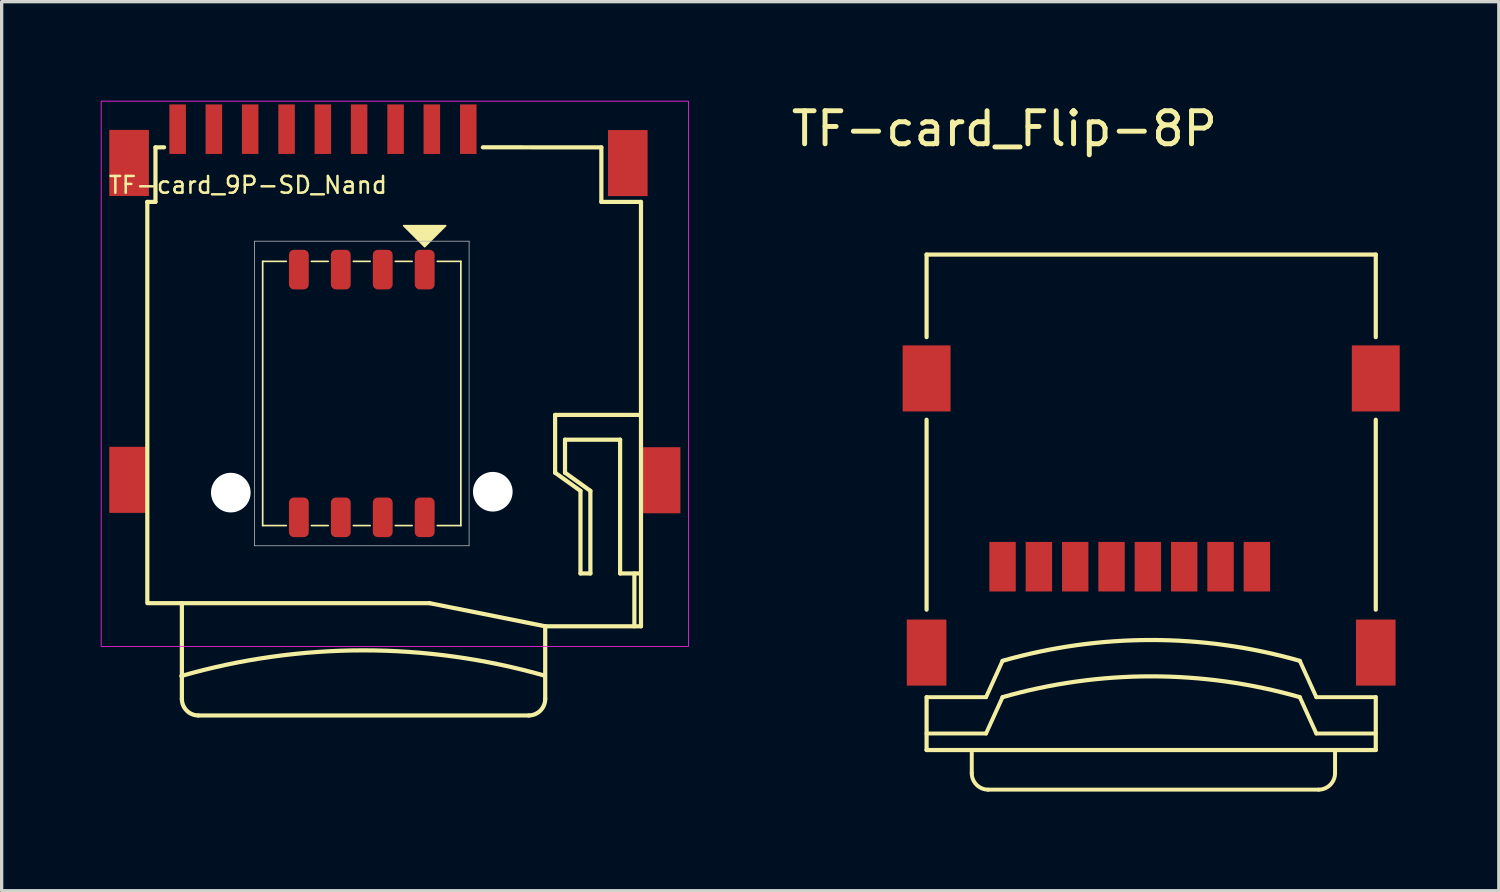
<source format=kicad_pcb>
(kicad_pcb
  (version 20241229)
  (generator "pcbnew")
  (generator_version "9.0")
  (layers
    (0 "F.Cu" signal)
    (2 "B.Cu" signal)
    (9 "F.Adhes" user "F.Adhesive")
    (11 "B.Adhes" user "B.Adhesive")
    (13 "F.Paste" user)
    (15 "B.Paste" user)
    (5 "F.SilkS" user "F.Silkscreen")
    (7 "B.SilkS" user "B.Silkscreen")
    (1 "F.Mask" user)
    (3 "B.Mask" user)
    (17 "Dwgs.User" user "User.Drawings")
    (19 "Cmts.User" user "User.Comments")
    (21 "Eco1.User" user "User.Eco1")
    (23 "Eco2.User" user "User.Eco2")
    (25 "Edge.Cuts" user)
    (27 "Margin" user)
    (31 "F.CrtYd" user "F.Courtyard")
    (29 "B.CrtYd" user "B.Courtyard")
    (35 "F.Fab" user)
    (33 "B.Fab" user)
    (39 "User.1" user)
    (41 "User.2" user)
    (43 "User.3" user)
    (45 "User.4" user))
  (footprint "TF-card_9P-SD_Nand"
    (layer "F.Cu")
    (at 8.903 6.363)
    (property "Reference" "TF-card_9P-SD_Nand" (at -4.445 -3.81 0) (layer "F.SilkS") (effects (font (size 0.508 0.508) (thickness 0.076))))
    (attr through_hole)
    (fp_line (start -7.493 8.849) (end -7.493 -3.3) (stroke (width 0.127) (type solid)) (layer "F.SilkS"))
    (fp_line (start -7.246 -4.951) (end -7.246 -3.3) (stroke (width 0.127) (type solid)) (layer "F.SilkS"))
    (fp_line (start -7.246 -3.3) (end -7.493 -3.3) (stroke (width 0.127) (type default)) (layer "F.SilkS"))
    (fp_line (start -6.985 -4.953) (end -7.246 -4.951) (stroke (width 0.127) (type solid)) (layer "F.SilkS"))
    (fp_line (start -6.446 8.849) (end -6.446 11.749) (stroke (width 0.127) (type solid)) (layer "F.SilkS"))
    (fp_line (start -4 6.5) (end -4 -1.5) (stroke (width 0.051) (type solid)) (layer "F.SilkS"))
    (fp_line (start -3.286 -1.5) (end -4 -1.5) (stroke (width 0.051) (type solid)) (layer "F.SilkS"))
    (fp_line (start -3.286 6.5) (end -4 6.5) (stroke (width 0.051) (type solid)) (layer "F.SilkS"))
    (fp_line (start -2.524 -1.5) (end -2.016 -1.5) (stroke (width 0.051) (type solid)) (layer "F.SilkS"))
    (fp_line (start -2.524 6.5) (end -2.016 6.5) (stroke (width 0.051) (type solid)) (layer "F.SilkS"))
    (fp_line (start -1.254 -1.5) (end -0.746 -1.5) (stroke (width 0.051) (type solid)) (layer "F.SilkS"))
    (fp_line (start -1.254 6.5) (end -0.746 6.5) (stroke (width 0.051) (type solid)) (layer "F.SilkS"))
    (fp_line (start 0.016 -1.5) (end 0.524 -1.5) (stroke (width 0.051) (type solid)) (layer "F.SilkS"))
    (fp_line (start 0.016 6.5) (end 0.524 6.5) (stroke (width 0.051) (type solid)) (layer "F.SilkS"))
    (fp_line (start 1.054 8.849) (end -7.446 8.849) (stroke (width 0.127) (type solid)) (layer "F.SilkS"))
    (fp_line (start 2 -1.5) (end 1.286 -1.5) (stroke (width 0.051) (type solid)) (layer "F.SilkS"))
    (fp_line (start 2 6.5) (end 1.286 6.5) (stroke (width 0.051) (type solid)) (layer "F.SilkS"))
    (fp_line (start 2 6.5) (end 2 -1.5) (stroke (width 0.051) (type solid)) (layer "F.SilkS"))
    (fp_line (start 4.054 12.249) (end -5.946 12.249) (stroke (width 0.127) (type solid)) (layer "F.SilkS"))
    (fp_line (start 4.554 9.549) (end 1.054 8.849) (stroke (width 0.127) (type solid)) (layer "F.SilkS"))
    (fp_line (start 4.554 9.549) (end 4.554 11.749) (stroke (width 0.127) (type solid)) (layer "F.SilkS"))
    (fp_line (start 4.854 3.149) (end 7.448 3.149) (stroke (width 0.127) (type solid)) (layer "F.SilkS"))
    (fp_line (start 4.854 4.899) (end 4.854 3.149) (stroke (width 0.127) (type solid)) (layer "F.SilkS"))
    (fp_line (start 5.154 3.899) (end 5.154 4.899) (stroke (width 0.127) (type solid)) (layer "F.SilkS"))
    (fp_line (start 5.154 4.899) (end 5.922 5.449) (stroke (width 0.127) (type solid)) (layer "F.SilkS"))
    (fp_line (start 5.622 5.449) (end 4.854 4.899) (stroke (width 0.127) (type solid)) (layer "F.SilkS"))
    (fp_line (start 5.622 7.949) (end 5.622 5.449) (stroke (width 0.127) (type solid)) (layer "F.SilkS"))
    (fp_line (start 5.922 5.449) (end 5.922 7.949) (stroke (width 0.127) (type solid)) (layer "F.SilkS"))
    (fp_line (start 5.922 7.949) (end 5.622 7.949) (stroke (width 0.127) (type solid)) (layer "F.SilkS"))
    (fp_line (start 6.254 -4.951) (end 2.667 -4.953) (stroke (width 0.127) (type solid)) (layer "F.SilkS"))
    (fp_line (start 6.254 -4.951) (end 6.254 -3.3) (stroke (width 0.127) (type solid)) (layer "F.SilkS"))
    (fp_line (start 6.254 -3.3) (end 7.454 -3.3) (stroke (width 0.127) (type solid)) (layer "F.SilkS"))
    (fp_line (start 6.822 3.899) (end 5.154 3.899) (stroke (width 0.127) (type solid)) (layer "F.SilkS"))
    (fp_line (start 6.822 7.949) (end 6.822 3.899) (stroke (width 0.127) (type solid)) (layer "F.SilkS"))
    (fp_line (start 7.254 7.949) (end 7.254 9.549) (stroke (width 0.127) (type solid)) (layer "F.SilkS"))
    (fp_line (start 7.448 7.949) (end 6.822 7.949) (stroke (width 0.127) (type solid)) (layer "F.SilkS"))
    (fp_line (start 7.454 -3.3) (end 7.454 9.549) (stroke (width 0.127) (type solid)) (layer "F.SilkS"))
    (fp_line (start 7.454 9.549) (end 4.554 9.549) (stroke (width 0.127) (type solid)) (layer "F.SilkS"))
    (fp_arc (start -6.462827 11.053343) (mid -0.963513 10.278016) (end 4.537146 11.04374) (stroke (width 0.127) (type solid)) (layer "F.SilkS"))
    (fp_arc (start -5.946013 12.24854) (mid -6.299566 12.102094) (end -6.446012 11.748541) (stroke (width 0.127) (type solid)) (layer "F.SilkS"))
    (fp_arc (start 4.553966 11.748541) (mid 4.407522 12.102095) (end 4.053967 12.24854) (stroke (width 0.127) (type solid)) (layer "F.SilkS"))
    (fp_poly (pts (xy 0.905 -1.945) (xy 0.27 -2.58) (xy 1.54 -2.58)) (stroke (width 0.051) (type solid)) (fill yes) (layer "F.SilkS"))
    (fp_rect (start -8.89 -6.35) (end 8.89 10.16) (stroke (width 0.025) (type default)) (fill no) (layer "F.CrtYd"))
    (fp_line (start -4.25 -2.11) (end -4.25 7.11) (stroke (width 0.025) (type solid)) (layer "F.Fab"))
    (fp_line (start -4.25 7.11) (end 2.25 7.11) (stroke (width 0.025) (type solid)) (layer "F.Fab"))
    (fp_line (start 2.25 -2.11) (end -4.25 -2.11) (stroke (width 0.025) (type solid)) (layer "F.Fab"))
    (fp_line (start 2.25 7.11) (end 2.25 -2.11) (stroke (width 0.025) (type solid)) (layer "F.Fab"))
    (pad "" np_thru_hole circle (at -4.965 5.502) (size 1.2 1.2) (drill 1.2) (layers "*.Cu" "*.Mask"))
    (pad "" np_thru_hole circle (at 2.967 5.475) (size 1.2 1.2) (drill 1.2) (layers "*.Cu" "*.Mask"))
    (pad "1" smd roundrect (at 0.905 -1.25 270) (size 1.2 0.6) (layers "F.Cu" "F.Mask" "F.Paste") (roundrect_rratio 0.25))
    (pad "1" smd rect (at 2.225 -5.502 90) (size 1.5 0.5) (layers "F.Cu" "F.Mask" "F.Paste"))
    (pad "2" smd roundrect (at -0.365 -1.25 270) (size 1.2 0.6) (layers "F.Cu" "F.Mask" "F.Paste") (roundrect_rratio 0.25))
    (pad "2" smd rect (at 1.121 -5.502 90) (size 1.5 0.5) (layers "F.Cu" "F.Mask" "F.Paste"))
    (pad "3" smd roundrect (at -2.905 6.25 270) (size 1.2 0.6) (layers "F.Cu" "F.Mask" "F.Paste") (roundrect_rratio 0.25))
    (pad "3" smd rect (at 0.024 -5.502 90) (size 1.5 0.5) (layers "F.Cu" "F.Mask" "F.Paste"))
    (pad "4" smd rect (at -1.08 -5.502 90) (size 1.5 0.5) (layers "F.Cu" "F.Mask" "F.Paste"))
    (pad "4" smd roundrect (at 0.905 6.25 270) (size 1.2 0.6) (layers "F.Cu" "F.Mask" "F.Paste") (roundrect_rratio 0.25))
    (pad "5" smd rect (at -2.178 -5.502 90) (size 1.5 0.5) (layers "F.Cu" "F.Mask" "F.Paste"))
    (pad "5" smd roundrect (at -1.635 -1.25 270) (size 1.2 0.6) (layers "F.Cu" "F.Mask" "F.Paste") (roundrect_rratio 0.25))
    (pad "6" smd rect (at -3.276 -5.502 90) (size 1.5 0.5) (layers "F.Cu" "F.Mask" "F.Paste"))
    (pad "6" smd roundrect (at -2.905 -1.25 270) (size 1.2 0.6) (layers "F.Cu" "F.Mask" "F.Paste") (roundrect_rratio 0.25))
    (pad "7" smd rect (at -4.379 -5.502 90) (size 1.5 0.5) (layers "F.Cu" "F.Mask" "F.Paste"))
    (pad "7" smd roundrect (at -1.635 6.25 270) (size 1.2 0.6) (layers "F.Cu" "F.Mask" "F.Paste") (roundrect_rratio 0.25))
    (pad "8" smd rect (at -5.478 -5.502 90) (size 1.5 0.5) (layers "F.Cu" "F.Mask" "F.Paste"))
    (pad "8" smd roundrect (at -0.365 6.25 270) (size 1.2 0.6) (layers "F.Cu" "F.Mask" "F.Paste") (roundrect_rratio 0.25))
    (pad "9" smd rect (at -6.575 -5.502 90) (size 1.5 0.5) (layers "F.Cu" "F.Mask" "F.Paste"))
    (pad "10" smd rect (at -8.045 -4.48 90) (size 2 1.2) (layers "F.Cu" "F.Mask" "F.Paste"))
    (pad "10" smd rect (at -8.045 5.115 90) (size 2 1.2) (layers "F.Cu" "F.Mask" "F.Paste"))
    (pad "10" smd rect (at 7.054 -4.475 90) (size 2 1.2) (layers "F.Cu" "F.Mask" "F.Paste"))
    (pad "10" smd rect (at 8.047 5.127 90) (size 2 1.2) (layers "F.Cu" "F.Mask" "F.Paste")))
  (footprint "TF-card_Flip-8P"
    (layer "F.Cu")
    (at 31.804 4.658)
    (property "Reference" "TF-card_Flip-8P" (at -4.445 -3.81 0) (layer "F.SilkS") (effects (font (size 1 1) (thickness 0.15))))
    (attr smd)
    (fp_line (start -6.8 0) (end -6.8 2.5) (stroke (width 0.127) (type solid)) (layer "F.SilkS"))
    (fp_line (start -6.8 5) (end -6.8 10.75) (stroke (width 0.127) (type solid)) (layer "F.SilkS"))
    (fp_line (start -6.8 13.4) (end -6.8 15) (stroke (width 0.127) (type solid)) (layer "F.SilkS"))
    (fp_line (start -6.8 13.4) (end -5 13.4) (stroke (width 0.12) (type default)) (layer "F.SilkS"))
    (fp_line (start -6.8 14.5) (end -5 14.5) (stroke (width 0.12) (type default)) (layer "F.SilkS"))
    (fp_line (start -5.432 15.7) (end -5.432 15.029) (stroke (width 0.12) (type default)) (layer "F.SilkS"))
    (fp_line (start -5 13.4) (end -4.5 12.3) (stroke (width 0.12) (type default)) (layer "F.SilkS"))
    (fp_line (start -5 14.5) (end -4.5 13.4) (stroke (width 0.12) (type default)) (layer "F.SilkS"))
    (fp_line (start 5 13.4) (end 4.5 12.3) (stroke (width 0.12) (type default)) (layer "F.SilkS"))
    (fp_line (start 5 14.5) (end 4.5 13.4) (stroke (width 0.12) (type default)) (layer "F.SilkS"))
    (fp_line (start 5.067 16.2) (end -4.933 16.2) (stroke (width 0.12) (type solid)) (layer "F.SilkS"))
    (fp_line (start 5.567 15.7) (end 5.567 15.029) (stroke (width 0.12) (type default)) (layer "F.SilkS"))
    (fp_line (start 6.8 0) (end -6.8 0) (stroke (width 0.127) (type solid)) (layer "F.SilkS"))
    (fp_line (start 6.8 0) (end 6.8 2.5) (stroke (width 0.127) (type solid)) (layer "F.SilkS"))
    (fp_line (start 6.8 10.75) (end 6.8 5) (stroke (width 0.127) (type solid)) (layer "F.SilkS"))
    (fp_line (start 6.8 13.4) (end 5 13.4) (stroke (width 0.12) (type default)) (layer "F.SilkS"))
    (fp_line (start 6.8 13.4) (end 6.8 15) (stroke (width 0.127) (type solid)) (layer "F.SilkS"))
    (fp_line (start 6.8 14.5) (end 5 14.5) (stroke (width 0.12) (type default)) (layer "F.SilkS"))
    (fp_line (start 6.8 15) (end -6.8 15) (stroke (width 0.127) (type solid)) (layer "F.SilkS"))
    (fp_arc (start -4.9325 16.2) (mid -5.286053 16.053554) (end -5.432499 15.700001) (stroke (width 0.12) (type solid)) (layer "F.SilkS"))
    (fp_arc (start -4.5 12.3) (mid 0 11.669568) (end 4.5 12.3) (stroke (width 0.127) (type solid)) (layer "F.SilkS"))
    (fp_arc (start -4.5 13.4) (mid 0 12.769568) (end 4.5 13.4) (stroke (width 0.127) (type solid)) (layer "F.SilkS"))
    (fp_arc (start 5.567454 15.700001) (mid 5.421007 16.053553) (end 5.067455 16.2) (stroke (width 0.12) (type solid)) (layer "F.SilkS"))
    (pad "1" smd rect (at 3.2 10.2 180) (size 0.8 1.5) (drill (offset 0 0.75)) (layers "F.Cu"))
    (pad "2" smd rect (at 2.1 10.2 180) (size 0.8 1.5) (drill (offset 0 0.75)) (layers "F.Cu"))
    (pad "3" smd rect (at 1 10.2 180) (size 0.8 1.5) (drill (offset 0 0.75)) (layers "F.Cu"))
    (pad "4" smd rect (at -0.1 10.2 180) (size 0.8 1.5) (drill (offset 0 0.75)) (layers "F.Cu"))
    (pad "5" smd rect (at -1.2 10.2 180) (size 0.8 1.5) (drill (offset 0 0.75)) (layers "F.Cu"))
    (pad "6" smd rect (at -2.3 10.2 180) (size 0.8 1.5) (drill (offset 0 0.75)) (layers "F.Cu"))
    (pad "7" smd rect (at -3.4 10.2 180) (size 0.8 1.5) (drill (offset 0 0.75)) (layers "F.Cu"))
    (pad "8" smd rect (at -4.5 10.2 180) (size 0.8 1.5) (drill (offset 0 0.75)) (layers "F.Cu"))
    (pad "10" smd rect (at -6.8 3.75 180) (size 1.45 2) (layers "F.Cu"))
    (pad "10" smd rect (at -6.8 12.05 90) (size 2 1.2) (layers "F.Cu"))
    (pad "10" smd rect (at 6.8 3.75 180) (size 1.45 2) (layers "F.Cu"))
    (pad "10" smd rect (at 6.8 12.05 90) (size 2 1.2) (layers "F.Cu")))
  (gr_rect
    (start -3 -3)
    (end 42.329 23.918)
    (stroke (width 0.1) (type default))
    (fill no)
    (layer "Edge.Cuts")))
</source>
